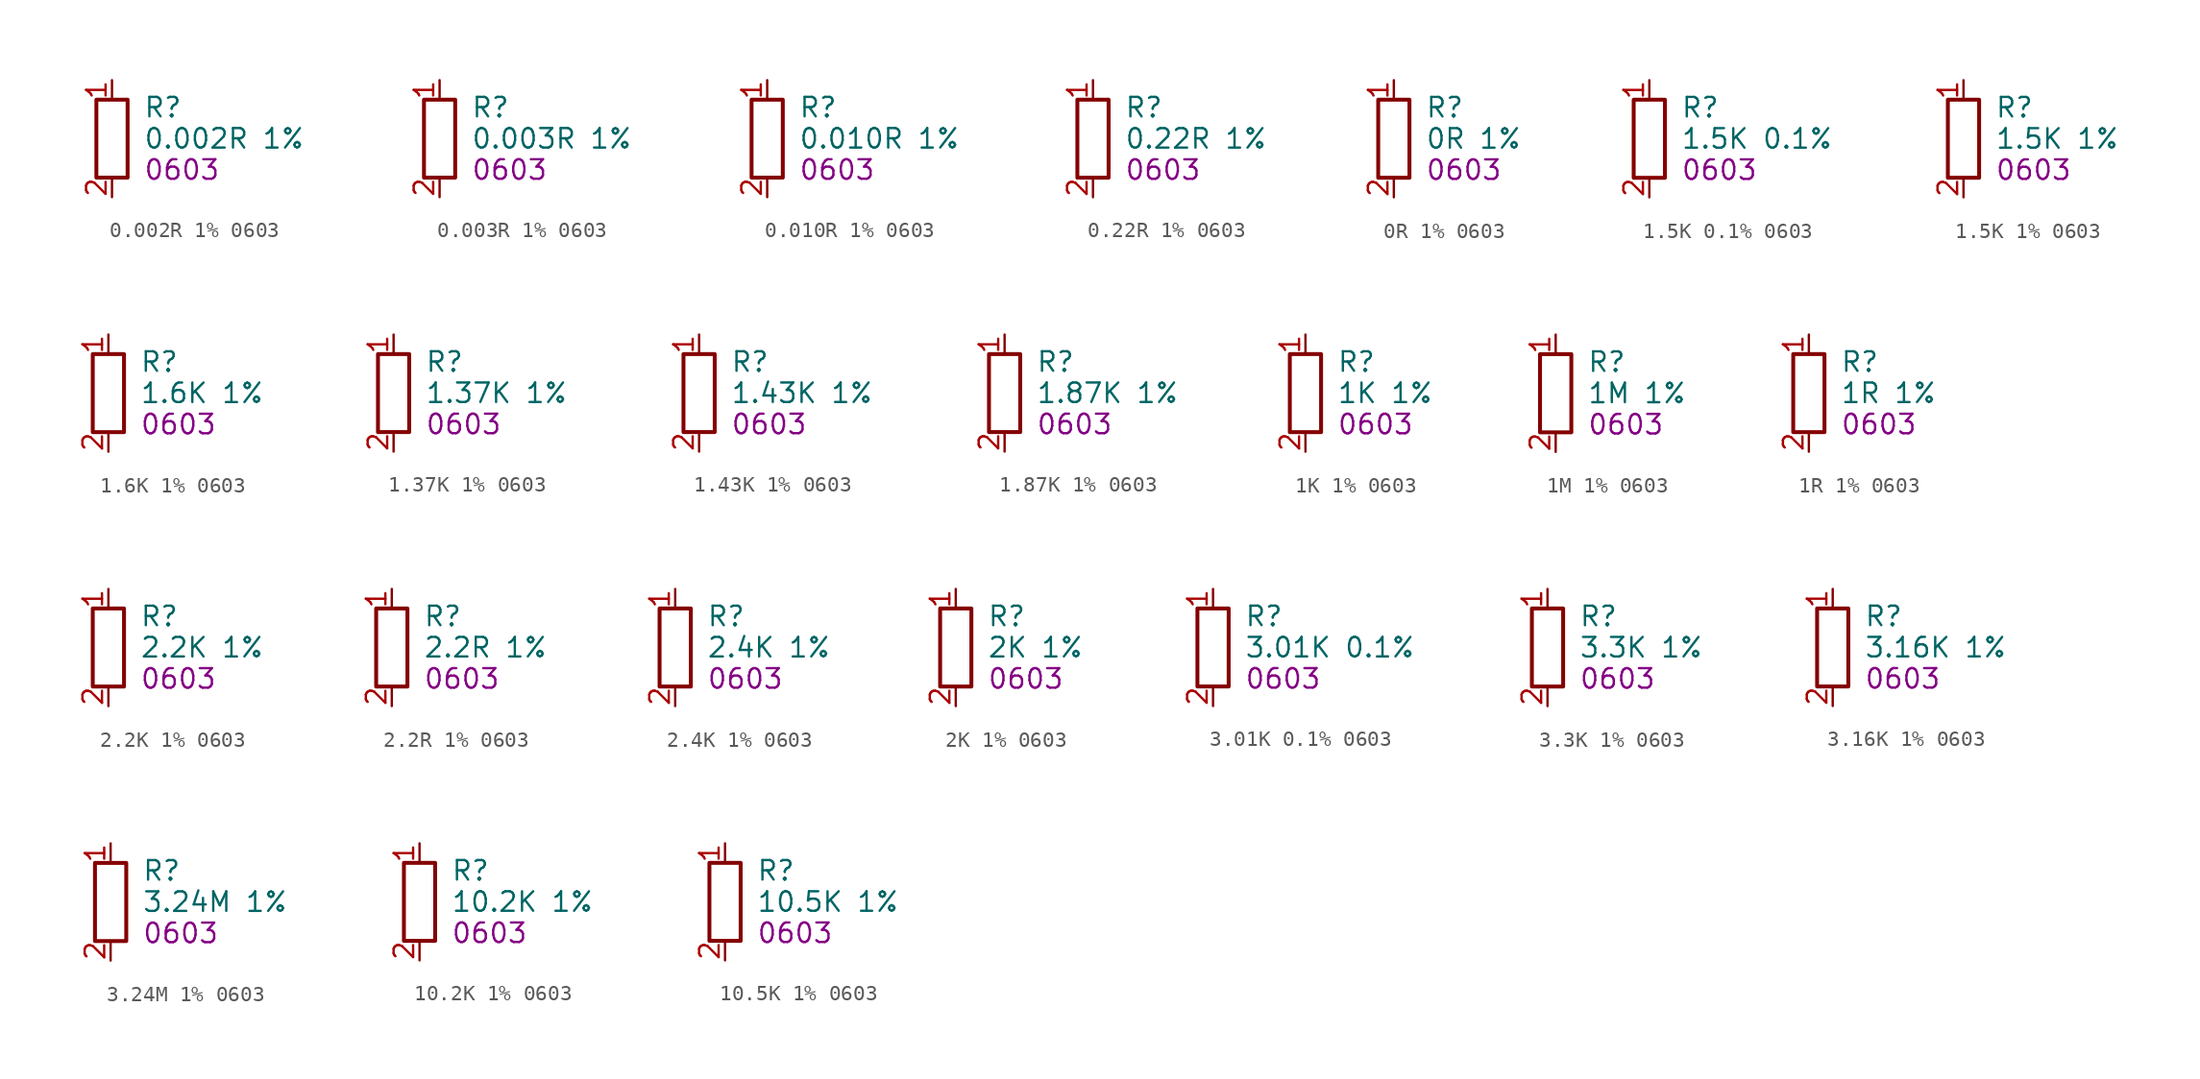
<source format=kicad_sym>
(kicad_symbol_lib
  (version 20241209)
  (generator "kicad_symbol_editor")
  (generator_version "9.0")
  (symbol "0.002R 1% 0603"
    (property "Reference" "R"
      (at 2.032 2.032 0)
      (effects (font (size 1.27 1.27)) (justify left)))
    (property "Value" "0.002R 1%"
      (at 2.032 0 0)
      (effects (font (size 1.27 1.27)) (justify left)))
    (property "FOOTPRINT_SHORT" "0603"
      (at 2.032 -2.032 0)
      (effects (font (size 1.27 1.27)) (justify left)))
    (symbol "0.002R 1% 0603_0_1"
      (rectangle (start -1.016 2.54) (end 1.016 -2.54) (stroke (width 0.254) (type default)) (fill (type none))))
    (symbol "0.002R 1% 0603_1_1"
      (pin passive line (at 0 3.81 270) (length 1.27) (name "~" (effects (font (size 1.27 1.27)))) (number "1" (effects (font (size 1.27 1.27)))))
      (pin passive line (at 0 -3.81 90) (length 1.27) (name "~" (effects (font (size 1.27 1.27)))) (number "2" (effects (font (size 1.27 1.27)))))))
  (symbol "0.003R 1% 0603"
    (property "Reference" "R"
      (at 2.032 2.032 0)
      (effects (font (size 1.27 1.27)) (justify left)))
    (property "Value" "0.003R 1%"
      (at 2.032 0 0)
      (effects (font (size 1.27 1.27)) (justify left)))
    (property "FOOTPRINT_SHORT" "0603"
      (at 2.032 -2.032 0)
      (effects (font (size 1.27 1.27)) (justify left)))
    (symbol "0.003R 1% 0603_0_1"
      (rectangle (start -1.016 2.54) (end 1.016 -2.54) (stroke (width 0.254) (type default)) (fill (type none))))
    (symbol "0.003R 1% 0603_1_1"
      (pin passive line (at 0 3.81 270) (length 1.27) (name "~" (effects (font (size 1.27 1.27)))) (number "1" (effects (font (size 1.27 1.27)))))
      (pin passive line (at 0 -3.81 90) (length 1.27) (name "~" (effects (font (size 1.27 1.27)))) (number "2" (effects (font (size 1.27 1.27)))))))
  (symbol "0.010R 1% 0603"
    (property "Reference" "R"
      (at 2.032 2.032 0)
      (effects (font (size 1.27 1.27)) (justify left)))
    (property "Value" "0.010R 1%"
      (at 2.032 0 0)
      (effects (font (size 1.27 1.27)) (justify left)))
    (property "FOOTPRINT_SHORT" "0603"
      (at 2.032 -2.032 0)
      (effects (font (size 1.27 1.27)) (justify left)))
    (symbol "0.010R 1% 0603_0_1"
      (rectangle (start -1.016 2.54) (end 1.016 -2.54) (stroke (width 0.254) (type default)) (fill (type none))))
    (symbol "0.010R 1% 0603_1_1"
      (pin passive line (at 0 3.81 270) (length 1.27) (name "~" (effects (font (size 1.27 1.27)))) (number "1" (effects (font (size 1.27 1.27)))))
      (pin passive line (at 0 -3.81 90) (length 1.27) (name "~" (effects (font (size 1.27 1.27)))) (number "2" (effects (font (size 1.27 1.27)))))))
  (symbol "0.22R 1% 0603"
    (property "Reference" "R"
      (at 2.032 2.032 0)
      (effects (font (size 1.27 1.27)) (justify left)))
    (property "Value" "0.22R 1%"
      (at 2.032 0 0)
      (effects (font (size 1.27 1.27)) (justify left)))
    (property "FOOTPRINT_SHORT" "0603"
      (at 2.032 -2.032 0)
      (effects (font (size 1.27 1.27)) (justify left)))
    (symbol "0.22R 1% 0603_0_1"
      (rectangle (start -1.016 2.54) (end 1.016 -2.54) (stroke (width 0.254) (type default)) (fill (type none))))
    (symbol "0.22R 1% 0603_1_1"
      (pin passive line (at 0 3.81 270) (length 1.27) (name "~" (effects (font (size 1.27 1.27)))) (number "1" (effects (font (size 1.27 1.27)))))
      (pin passive line (at 0 -3.81 90) (length 1.27) (name "~" (effects (font (size 1.27 1.27)))) (number "2" (effects (font (size 1.27 1.27)))))))
  (symbol "0R 1% 0603"
    (property "Reference" "R"
      (at 2.032 2.032 0)
      (effects (font (size 1.27 1.27)) (justify left)))
    (property "Value" "0R 1%"
      (at 2.032 0 0)
      (effects (font (size 1.27 1.27)) (justify left)))
    (property "FOOTPRINT_SHORT" "0603"
      (at 2.032 -2.032 0)
      (effects (font (size 1.27 1.27)) (justify left)))
    (symbol "0R 1% 0603_0_1"
      (rectangle (start -1.016 2.54) (end 1.016 -2.54) (stroke (width 0.254) (type default)) (fill (type none))))
    (symbol "0R 1% 0603_1_1"
      (pin passive line (at 0 3.81 270) (length 1.27) (name "~" (effects (font (size 1.27 1.27)))) (number "1" (effects (font (size 1.27 1.27)))))
      (pin passive line (at 0 -3.81 90) (length 1.27) (name "~" (effects (font (size 1.27 1.27)))) (number "2" (effects (font (size 1.27 1.27)))))))
  (symbol "1.5K 0.1% 0603"
    (property "Reference" "R"
      (at 2.032 2.032 0)
      (effects (font (size 1.27 1.27)) (justify left)))
    (property "Value" "1.5K 0.1%"
      (at 2.032 0 0)
      (effects (font (size 1.27 1.27)) (justify left)))
    (property "FOOTPRINT_SHORT" "0603"
      (at 2.032 -2.032 0)
      (effects (font (size 1.27 1.27)) (justify left)))
    (symbol "1.5K 0.1% 0603_0_1"
      (rectangle (start -1.016 2.54) (end 1.016 -2.54) (stroke (width 0.254) (type default)) (fill (type none))))
    (symbol "1.5K 0.1% 0603_1_1"
      (pin passive line (at 0 3.81 270) (length 1.27) (name "~" (effects (font (size 1.27 1.27)))) (number "1" (effects (font (size 1.27 1.27)))))
      (pin passive line (at 0 -3.81 90) (length 1.27) (name "~" (effects (font (size 1.27 1.27)))) (number "2" (effects (font (size 1.27 1.27)))))))
  (symbol "1.5K 1% 0603"
    (property "Reference" "R"
      (at 2.032 2.032 0)
      (effects (font (size 1.27 1.27)) (justify left)))
    (property "Value" "1.5K 1%"
      (at 2.032 0 0)
      (effects (font (size 1.27 1.27)) (justify left)))
    (property "FOOTPRINT_SHORT" "0603"
      (at 2.032 -2.032 0)
      (effects (font (size 1.27 1.27)) (justify left)))
    (symbol "1.5K 1% 0603_0_1"
      (rectangle (start -1.016 2.54) (end 1.016 -2.54) (stroke (width 0.254) (type default)) (fill (type none))))
    (symbol "1.5K 1% 0603_1_1"
      (pin passive line (at 0 3.81 270) (length 1.27) (name "~" (effects (font (size 1.27 1.27)))) (number "1" (effects (font (size 1.27 1.27)))))
      (pin passive line (at 0 -3.81 90) (length 1.27) (name "~" (effects (font (size 1.27 1.27)))) (number "2" (effects (font (size 1.27 1.27)))))))
  (symbol "1.6K 1% 0603"
    (property "Reference" "R"
      (at 2.032 2.032 0)
      (effects (font (size 1.27 1.27)) (justify left)))
    (property "Value" "1.6K 1%"
      (at 2.032 0 0)
      (effects (font (size 1.27 1.27)) (justify left)))
    (property "FOOTPRINT_SHORT" "0603"
      (at 2.032 -2.032 0)
      (effects (font (size 1.27 1.27)) (justify left)))
    (symbol "1.6K 1% 0603_0_1"
      (rectangle (start -1.016 2.54) (end 1.016 -2.54) (stroke (width 0.254) (type default)) (fill (type none))))
    (symbol "1.6K 1% 0603_1_1"
      (pin passive line (at 0 3.81 270) (length 1.27) (name "~" (effects (font (size 1.27 1.27)))) (number "1" (effects (font (size 1.27 1.27)))))
      (pin passive line (at 0 -3.81 90) (length 1.27) (name "~" (effects (font (size 1.27 1.27)))) (number "2" (effects (font (size 1.27 1.27)))))))
  (symbol "1.37K 1% 0603"
    (property "Reference" "R"
      (at 2.032 2.032 0)
      (effects (font (size 1.27 1.27)) (justify left)))
    (property "Value" "1.37K 1%"
      (at 2.032 0 0)
      (effects (font (size 1.27 1.27)) (justify left)))
    (property "FOOTPRINT_SHORT" "0603"
      (at 2.032 -2.032 0)
      (effects (font (size 1.27 1.27)) (justify left)))
    (symbol "1.37K 1% 0603_0_1"
      (rectangle (start -1.016 2.54) (end 1.016 -2.54) (stroke (width 0.254) (type default)) (fill (type none))))
    (symbol "1.37K 1% 0603_1_1"
      (pin passive line (at 0 3.81 270) (length 1.27) (name "~" (effects (font (size 1.27 1.27)))) (number "1" (effects (font (size 1.27 1.27)))))
      (pin passive line (at 0 -3.81 90) (length 1.27) (name "~" (effects (font (size 1.27 1.27)))) (number "2" (effects (font (size 1.27 1.27)))))))
  (symbol "1.43K 1% 0603"
    (property "Reference" "R"
      (at 2.032 2.032 0)
      (effects (font (size 1.27 1.27)) (justify left)))
    (property "Value" "1.43K 1%"
      (at 2.032 0 0)
      (effects (font (size 1.27 1.27)) (justify left)))
    (property "FOOTPRINT_SHORT" "0603"
      (at 2.032 -2.032 0)
      (effects (font (size 1.27 1.27)) (justify left)))
    (symbol "1.43K 1% 0603_0_1"
      (rectangle (start -1.016 2.54) (end 1.016 -2.54) (stroke (width 0.254) (type default)) (fill (type none))))
    (symbol "1.43K 1% 0603_1_1"
      (pin passive line (at 0 3.81 270) (length 1.27) (name "~" (effects (font (size 1.27 1.27)))) (number "1" (effects (font (size 1.27 1.27)))))
      (pin passive line (at 0 -3.81 90) (length 1.27) (name "~" (effects (font (size 1.27 1.27)))) (number "2" (effects (font (size 1.27 1.27)))))))
  (symbol "1.87K 1% 0603"
    (property "Reference" "R"
      (at 2.032 2.032 0)
      (effects (font (size 1.27 1.27)) (justify left)))
    (property "Value" "1.87K 1%"
      (at 2.032 0 0)
      (effects (font (size 1.27 1.27)) (justify left)))
    (property "FOOTPRINT_SHORT" "0603"
      (at 2.032 -2.032 0)
      (effects (font (size 1.27 1.27)) (justify left)))
    (symbol "1.87K 1% 0603_0_1"
      (rectangle (start -1.016 2.54) (end 1.016 -2.54) (stroke (width 0.254) (type default)) (fill (type none))))
    (symbol "1.87K 1% 0603_1_1"
      (pin passive line (at 0 3.81 270) (length 1.27) (name "~" (effects (font (size 1.27 1.27)))) (number "1" (effects (font (size 1.27 1.27)))))
      (pin passive line (at 0 -3.81 90) (length 1.27) (name "~" (effects (font (size 1.27 1.27)))) (number "2" (effects (font (size 1.27 1.27)))))))
  (symbol "1K 1% 0603"
    (property "Reference" "R"
      (at 2.032 2.032 0)
      (effects (font (size 1.27 1.27)) (justify left)))
    (property "Value" "1K 1%"
      (at 2.032 0 0)
      (effects (font (size 1.27 1.27)) (justify left)))
    (property "FOOTPRINT_SHORT" "0603"
      (at 2.032 -2.032 0)
      (effects (font (size 1.27 1.27)) (justify left)))
    (symbol "1K 1% 0603_0_1"
      (rectangle (start -1.016 2.54) (end 1.016 -2.54) (stroke (width 0.254) (type default)) (fill (type none))))
    (symbol "1K 1% 0603_1_1"
      (pin passive line (at 0 3.81 270) (length 1.27) (name "~" (effects (font (size 1.27 1.27)))) (number "1" (effects (font (size 1.27 1.27)))))
      (pin passive line (at 0 -3.81 90) (length 1.27) (name "~" (effects (font (size 1.27 1.27)))) (number "2" (effects (font (size 1.27 1.27)))))))
  (symbol "1M 1% 0603"
    (property "Reference" "R"
      (at 2.032 2.032 0)
      (effects (font (size 1.27 1.27)) (justify left)))
    (property "Value" "1M 1%"
      (at 2.032 0 0)
      (effects (font (size 1.27 1.27)) (justify left)))
    (property "FOOTPRINT_SHORT" "0603"
      (at 2.032 -2.032 0)
      (effects (font (size 1.27 1.27)) (justify left)))
    (symbol "1M 1% 0603_0_1"
      (rectangle (start -1.016 2.54) (end 1.016 -2.54) (stroke (width 0.254) (type default)) (fill (type none))))
    (symbol "1M 1% 0603_1_1"
      (pin passive line (at 0 3.81 270) (length 1.27) (name "~" (effects (font (size 1.27 1.27)))) (number "1" (effects (font (size 1.27 1.27)))))
      (pin passive line (at 0 -3.81 90) (length 1.27) (name "~" (effects (font (size 1.27 1.27)))) (number "2" (effects (font (size 1.27 1.27)))))))
  (symbol "1R 1% 0603"
    (property "Reference" "R"
      (at 2.032 2.032 0)
      (effects (font (size 1.27 1.27)) (justify left)))
    (property "Value" "1R 1%"
      (at 2.032 0 0)
      (effects (font (size 1.27 1.27)) (justify left)))
    (property "FOOTPRINT_SHORT" "0603"
      (at 2.032 -2.032 0)
      (effects (font (size 1.27 1.27)) (justify left)))
    (symbol "1R 1% 0603_0_1"
      (rectangle (start -1.016 2.54) (end 1.016 -2.54) (stroke (width 0.254) (type default)) (fill (type none))))
    (symbol "1R 1% 0603_1_1"
      (pin passive line (at 0 3.81 270) (length 1.27) (name "~" (effects (font (size 1.27 1.27)))) (number "1" (effects (font (size 1.27 1.27)))))
      (pin passive line (at 0 -3.81 90) (length 1.27) (name "~" (effects (font (size 1.27 1.27)))) (number "2" (effects (font (size 1.27 1.27)))))))
  (symbol "2.2K 1% 0603"
    (property "Reference" "R"
      (at 2.032 2.032 0)
      (effects (font (size 1.27 1.27)) (justify left)))
    (property "Value" "2.2K 1%"
      (at 2.032 0 0)
      (effects (font (size 1.27 1.27)) (justify left)))
    (property "FOOTPRINT_SHORT" "0603"
      (at 2.032 -2.032 0)
      (effects (font (size 1.27 1.27)) (justify left)))
    (symbol "2.2K 1% 0603_0_1"
      (rectangle (start -1.016 2.54) (end 1.016 -2.54) (stroke (width 0.254) (type default)) (fill (type none))))
    (symbol "2.2K 1% 0603_1_1"
      (pin passive line (at 0 3.81 270) (length 1.27) (name "~" (effects (font (size 1.27 1.27)))) (number "1" (effects (font (size 1.27 1.27)))))
      (pin passive line (at 0 -3.81 90) (length 1.27) (name "~" (effects (font (size 1.27 1.27)))) (number "2" (effects (font (size 1.27 1.27)))))))
  (symbol "2.2R 1% 0603"
    (property "Reference" "R"
      (at 2.032 2.032 0)
      (effects (font (size 1.27 1.27)) (justify left)))
    (property "Value" "2.2R 1%"
      (at 2.032 0 0)
      (effects (font (size 1.27 1.27)) (justify left)))
    (property "FOOTPRINT_SHORT" "0603"
      (at 2.032 -2.032 0)
      (effects (font (size 1.27 1.27)) (justify left)))
    (symbol "2.2R 1% 0603_0_1"
      (rectangle (start -1.016 2.54) (end 1.016 -2.54) (stroke (width 0.254) (type default)) (fill (type none))))
    (symbol "2.2R 1% 0603_1_1"
      (pin passive line (at 0 3.81 270) (length 1.27) (name "~" (effects (font (size 1.27 1.27)))) (number "1" (effects (font (size 1.27 1.27)))))
      (pin passive line (at 0 -3.81 90) (length 1.27) (name "~" (effects (font (size 1.27 1.27)))) (number "2" (effects (font (size 1.27 1.27)))))))
  (symbol "2.4K 1% 0603"
    (property "Reference" "R"
      (at 2.032 2.032 0)
      (effects (font (size 1.27 1.27)) (justify left)))
    (property "Value" "2.4K 1%"
      (at 2.032 0 0)
      (effects (font (size 1.27 1.27)) (justify left)))
    (property "FOOTPRINT_SHORT" "0603"
      (at 2.032 -2.032 0)
      (effects (font (size 1.27 1.27)) (justify left)))
    (symbol "2.4K 1% 0603_0_1"
      (rectangle (start -1.016 2.54) (end 1.016 -2.54) (stroke (width 0.254) (type default)) (fill (type none))))
    (symbol "2.4K 1% 0603_1_1"
      (pin passive line (at 0 3.81 270) (length 1.27) (name "~" (effects (font (size 1.27 1.27)))) (number "1" (effects (font (size 1.27 1.27)))))
      (pin passive line (at 0 -3.81 90) (length 1.27) (name "~" (effects (font (size 1.27 1.27)))) (number "2" (effects (font (size 1.27 1.27)))))))
  (symbol "2K 1% 0603"
    (property "Reference" "R"
      (at 2.032 2.032 0)
      (effects (font (size 1.27 1.27)) (justify left)))
    (property "Value" "2K 1%"
      (at 2.032 0 0)
      (effects (font (size 1.27 1.27)) (justify left)))
    (property "FOOTPRINT_SHORT" "0603"
      (at 2.032 -2.032 0)
      (effects (font (size 1.27 1.27)) (justify left)))
    (symbol "2K 1% 0603_0_1"
      (rectangle (start -1.016 2.54) (end 1.016 -2.54) (stroke (width 0.254) (type default)) (fill (type none))))
    (symbol "2K 1% 0603_1_1"
      (pin passive line (at 0 3.81 270) (length 1.27) (name "~" (effects (font (size 1.27 1.27)))) (number "1" (effects (font (size 1.27 1.27)))))
      (pin passive line (at 0 -3.81 90) (length 1.27) (name "~" (effects (font (size 1.27 1.27)))) (number "2" (effects (font (size 1.27 1.27)))))))
  (symbol "3.01K 0.1% 0603"
    (property "Reference" "R"
      (at 2.032 2.032 0)
      (effects (font (size 1.27 1.27)) (justify left)))
    (property "Value" "3.01K 0.1%"
      (at 2.032 0 0)
      (effects (font (size 1.27 1.27)) (justify left)))
    (property "FOOTPRINT_SHORT" "0603"
      (at 2.032 -2.032 0)
      (effects (font (size 1.27 1.27)) (justify left)))
    (symbol "3.01K 0.1% 0603_0_1"
      (rectangle (start -1.016 2.54) (end 1.016 -2.54) (stroke (width 0.254) (type default)) (fill (type none))))
    (symbol "3.01K 0.1% 0603_1_1"
      (pin passive line (at 0 3.81 270) (length 1.27) (name "~" (effects (font (size 1.27 1.27)))) (number "1" (effects (font (size 1.27 1.27)))))
      (pin passive line (at 0 -3.81 90) (length 1.27) (name "~" (effects (font (size 1.27 1.27)))) (number "2" (effects (font (size 1.27 1.27)))))))
  (symbol "3.3K 1% 0603"
    (property "Reference" "R"
      (at 2.032 2.032 0)
      (effects (font (size 1.27 1.27)) (justify left)))
    (property "Value" "3.3K 1%"
      (at 2.032 0 0)
      (effects (font (size 1.27 1.27)) (justify left)))
    (property "FOOTPRINT_SHORT" "0603"
      (at 2.032 -2.032 0)
      (effects (font (size 1.27 1.27)) (justify left)))
    (symbol "3.3K 1% 0603_0_1"
      (rectangle (start -1.016 2.54) (end 1.016 -2.54) (stroke (width 0.254) (type default)) (fill (type none))))
    (symbol "3.3K 1% 0603_1_1"
      (pin passive line (at 0 3.81 270) (length 1.27) (name "~" (effects (font (size 1.27 1.27)))) (number "1" (effects (font (size 1.27 1.27)))))
      (pin passive line (at 0 -3.81 90) (length 1.27) (name "~" (effects (font (size 1.27 1.27)))) (number "2" (effects (font (size 1.27 1.27)))))))
  (symbol "3.16K 1% 0603"
    (property "Reference" "R"
      (at 2.032 2.032 0)
      (effects (font (size 1.27 1.27)) (justify left)))
    (property "Value" "3.16K 1%"
      (at 2.032 0 0)
      (effects (font (size 1.27 1.27)) (justify left)))
    (property "FOOTPRINT_SHORT" "0603"
      (at 2.032 -2.032 0)
      (effects (font (size 1.27 1.27)) (justify left)))
    (symbol "3.16K 1% 0603_0_1"
      (rectangle (start -1.016 2.54) (end 1.016 -2.54) (stroke (width 0.254) (type default)) (fill (type none))))
    (symbol "3.16K 1% 0603_1_1"
      (pin passive line (at 0 3.81 270) (length 1.27) (name "~" (effects (font (size 1.27 1.27)))) (number "1" (effects (font (size 1.27 1.27)))))
      (pin passive line (at 0 -3.81 90) (length 1.27) (name "~" (effects (font (size 1.27 1.27)))) (number "2" (effects (font (size 1.27 1.27)))))))
  (symbol "3.24M 1% 0603"
    (property "Reference" "R"
      (at 2.032 2.032 0)
      (effects (font (size 1.27 1.27)) (justify left)))
    (property "Value" "3.24M 1%"
      (at 2.032 0 0)
      (effects (font (size 1.27 1.27)) (justify left)))
    (property "FOOTPRINT_SHORT" "0603"
      (at 2.032 -2.032 0)
      (effects (font (size 1.27 1.27)) (justify left)))
    (symbol "3.24M 1% 0603_0_1"
      (rectangle (start -1.016 2.54) (end 1.016 -2.54) (stroke (width 0.254) (type default)) (fill (type none))))
    (symbol "3.24M 1% 0603_1_1"
      (pin passive line (at 0 3.81 270) (length 1.27) (name "~" (effects (font (size 1.27 1.27)))) (number "1" (effects (font (size 1.27 1.27)))))
      (pin passive line (at 0 -3.81 90) (length 1.27) (name "~" (effects (font (size 1.27 1.27)))) (number "2" (effects (font (size 1.27 1.27)))))))
  (symbol "10.2K 1% 0603"
    (property "Reference" "R"
      (at 2.032 2.032 0)
      (effects (font (size 1.27 1.27)) (justify left)))
    (property "Value" "10.2K 1%"
      (at 2.032 0 0)
      (effects (font (size 1.27 1.27)) (justify left)))
    (property "FOOTPRINT_SHORT" "0603"
      (at 2.032 -2.032 0)
      (effects (font (size 1.27 1.27)) (justify left)))
    (symbol "10.2K 1% 0603_0_1"
      (rectangle (start -1.016 2.54) (end 1.016 -2.54) (stroke (width 0.254) (type default)) (fill (type none))))
    (symbol "10.2K 1% 0603_1_1"
      (pin passive line (at 0 3.81 270) (length 1.27) (name "~" (effects (font (size 1.27 1.27)))) (number "1" (effects (font (size 1.27 1.27)))))
      (pin passive line (at 0 -3.81 90) (length 1.27) (name "~" (effects (font (size 1.27 1.27)))) (number "2" (effects (font (size 1.27 1.27)))))))
  (symbol "10.5K 1% 0603"
    (property "Reference" "R"
      (at 2.032 2.032 0)
      (effects (font (size 1.27 1.27)) (justify left)))
    (property "Value" "10.5K 1%"
      (at 2.032 0 0)
      (effects (font (size 1.27 1.27)) (justify left)))
    (property "FOOTPRINT_SHORT" "0603"
      (at 2.032 -2.032 0)
      (effects (font (size 1.27 1.27)) (justify left)))
    (symbol "10.5K 1% 0603_0_1"
      (rectangle (start -1.016 2.54) (end 1.016 -2.54) (stroke (width 0.254) (type default)) (fill (type none))))
    (symbol "10.5K 1% 0603_1_1"
      (pin passive line (at 0 3.81 270) (length 1.27) (name "~" (effects (font (size 1.27 1.27)))) (number "1" (effects (font (size 1.27 1.27)))))
      (pin passive line (at 0 -3.81 90) (length 1.27) (name "~" (effects (font (size 1.27 1.27)))) (number "2" (effects (font (size 1.27 1.27))))))))
</source>
